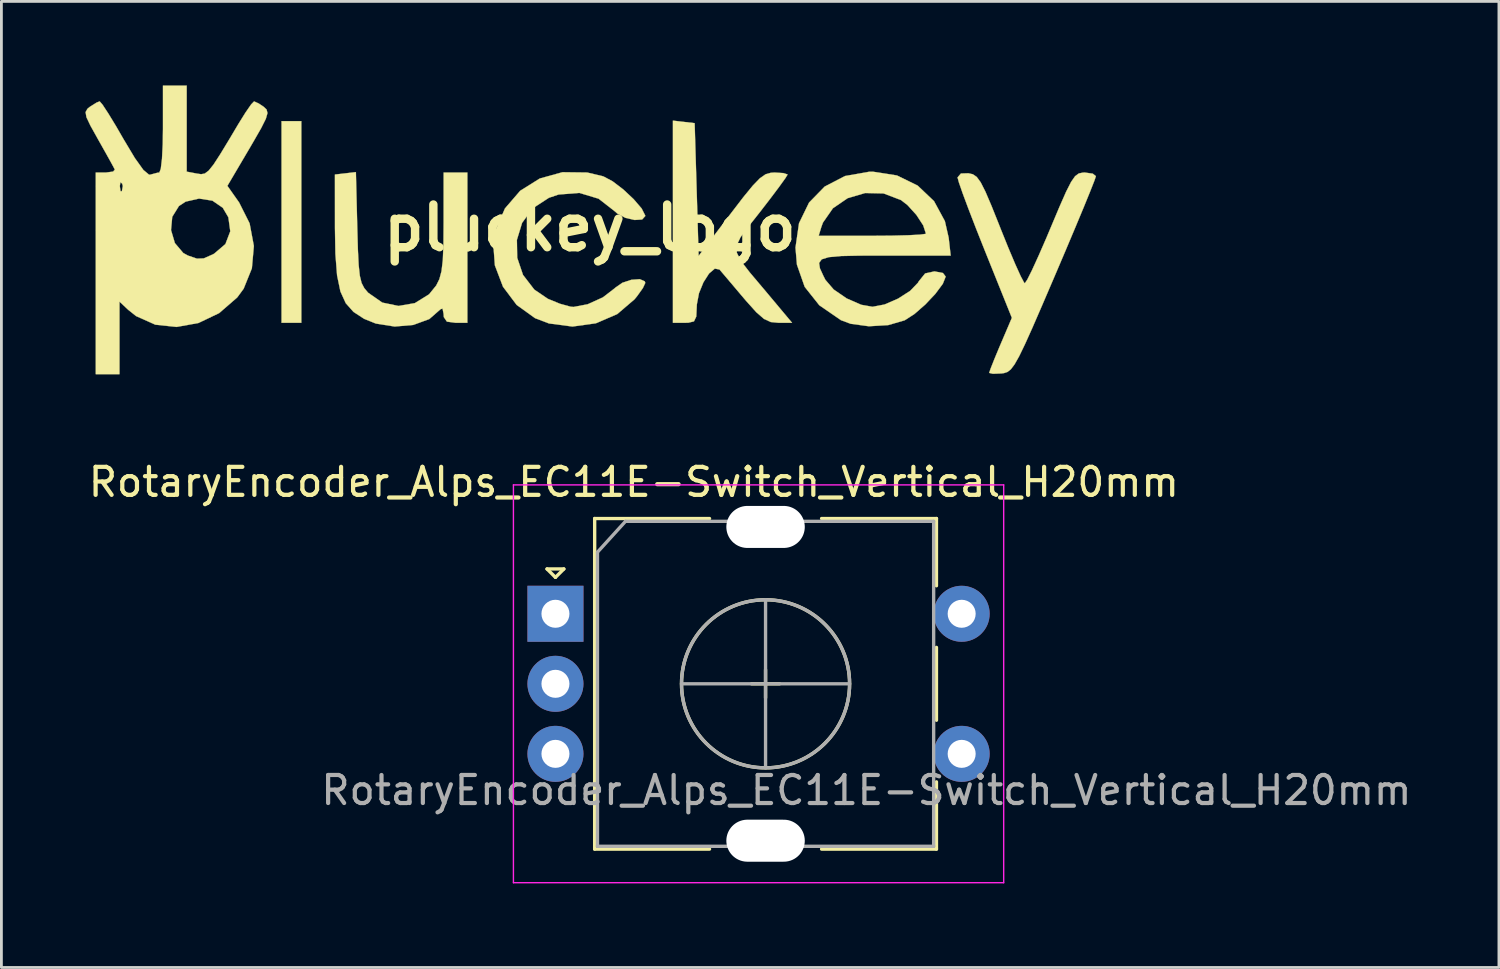
<source format=kicad_pcb>
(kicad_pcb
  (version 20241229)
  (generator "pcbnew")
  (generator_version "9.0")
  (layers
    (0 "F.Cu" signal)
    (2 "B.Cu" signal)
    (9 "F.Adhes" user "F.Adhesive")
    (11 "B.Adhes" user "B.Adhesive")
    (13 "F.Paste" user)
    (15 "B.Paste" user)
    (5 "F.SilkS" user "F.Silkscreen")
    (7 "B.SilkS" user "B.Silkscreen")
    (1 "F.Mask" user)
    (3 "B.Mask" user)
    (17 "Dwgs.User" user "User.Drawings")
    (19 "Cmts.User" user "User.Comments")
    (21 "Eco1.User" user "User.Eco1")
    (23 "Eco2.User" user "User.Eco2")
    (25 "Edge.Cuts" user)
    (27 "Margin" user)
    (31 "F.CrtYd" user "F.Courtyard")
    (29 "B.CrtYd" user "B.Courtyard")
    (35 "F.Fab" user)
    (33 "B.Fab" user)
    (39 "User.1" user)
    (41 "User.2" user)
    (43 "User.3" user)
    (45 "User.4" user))
  (footprint "RotaryEncoder_Alps_EC11E-Switch_Vertical_H20mm"
    (layer "F.Cu")
    (at 24.277 21.359)
    (property "Reference" "RotaryEncoder_Alps_EC11E-Switch_Vertical_H20mm" (at -4.7 -7.2 0) (layer "F.SilkS") (effects (font (size 1 1) (thickness 0.15))))
    (attr through_hole)
    (fp_line (start -7.8 -4.1) (end -7.2 -4.1) (stroke (width 0.12) (type solid)) (layer "F.SilkS"))
    (fp_line (start -7.5 -3.8) (end -7.8 -4.1) (stroke (width 0.12) (type solid)) (layer "F.SilkS"))
    (fp_line (start -7.2 -4.1) (end -7.5 -3.8) (stroke (width 0.12) (type solid)) (layer "F.SilkS"))
    (fp_line (start -6.1 -5.9) (end -6.1 5.9) (stroke (width 0.12) (type solid)) (layer "F.SilkS"))
    (fp_line (start -2 -5.9) (end -6.1 -5.9) (stroke (width 0.12) (type solid)) (layer "F.SilkS"))
    (fp_line (start -2 5.9) (end -6.1 5.9) (stroke (width 0.12) (type solid)) (layer "F.SilkS"))
    (fp_line (start -0.5 0) (end 0.5 0) (stroke (width 0.12) (type solid)) (layer "F.SilkS"))
    (fp_line (start 0 -0.5) (end 0 0.5) (stroke (width 0.12) (type solid)) (layer "F.SilkS"))
    (fp_line (start 2 -5.9) (end 6.1 -5.9) (stroke (width 0.12) (type solid)) (layer "F.SilkS"))
    (fp_line (start 6.1 -5.9) (end 6.1 -3.5) (stroke (width 0.12) (type solid)) (layer "F.SilkS"))
    (fp_line (start 6.1 -1.3) (end 6.1 1.3) (stroke (width 0.12) (type solid)) (layer "F.SilkS"))
    (fp_line (start 6.1 3.5) (end 6.1 5.9) (stroke (width 0.12) (type solid)) (layer "F.SilkS"))
    (fp_line (start 6.1 5.9) (end 2 5.9) (stroke (width 0.12) (type solid)) (layer "F.SilkS"))
    (fp_circle (center 0 0) (end 3 0) (stroke (width 0.12) (type solid)) (fill no) (layer "F.SilkS"))
    (fp_line (start -9 -7.1) (end -9 7.1) (stroke (width 0.05) (type solid)) (layer "F.CrtYd"))
    (fp_line (start -9 -7.1) (end 8.5 -7.1) (stroke (width 0.05) (type solid)) (layer "F.CrtYd"))
    (fp_line (start 8.5 7.1) (end -9 7.1) (stroke (width 0.05) (type solid)) (layer "F.CrtYd"))
    (fp_line (start 8.5 7.1) (end 8.5 -7.1) (stroke (width 0.05) (type solid)) (layer "F.CrtYd"))
    (fp_line (start -6 -4.7) (end -5 -5.8) (stroke (width 0.12) (type solid)) (layer "F.Fab"))
    (fp_line (start -6 5.8) (end -6 -4.7) (stroke (width 0.12) (type solid)) (layer "F.Fab"))
    (fp_line (start -5 -5.8) (end 6 -5.8) (stroke (width 0.12) (type solid)) (layer "F.Fab"))
    (fp_line (start -3 0) (end 3 0) (stroke (width 0.12) (type solid)) (layer "F.Fab"))
    (fp_line (start 0 -3) (end 0 3) (stroke (width 0.12) (type solid)) (layer "F.Fab"))
    (fp_line (start 6 -5.8) (end 6 5.8) (stroke (width 0.12) (type solid)) (layer "F.Fab"))
    (fp_line (start 6 5.8) (end -6 5.8) (stroke (width 0.12) (type solid)) (layer "F.Fab"))
    (fp_circle (center 0 0) (end 3 0) (stroke (width 0.12) (type solid)) (fill no) (layer "F.Fab"))
    (fp_text user "${REFERENCE}" (at 3.6 3.8 0) (layer "F.Fab") (effects (font (size 1 1) (thickness 0.15))))
    (pad "" np_thru_hole oval (at 0 -5.6) (size 2.8 1.5) (drill oval 2.8 1.5) (layers "*.Cu" "*.Mask"))
    (pad "" np_thru_hole oval (at 0 5.6) (size 2.8 1.5) (drill oval 2.8 1.5) (layers "*.Cu" "*.Mask"))
    (pad "A" thru_hole rect (at -7.5 -2.5) (size 2 2) (drill 1) (layers "*.Cu" "*.Mask"))
    (pad "B" thru_hole circle (at -7.5 2.5) (size 2 2) (drill 1) (layers "*.Cu" "*.Mask"))
    (pad "C" thru_hole circle (at -7.5 0) (size 2 2) (drill 1) (layers "*.Cu" "*.Mask"))
    (pad "S1" thru_hole circle (at 7 2.5) (size 2 2) (drill 1) (layers "*.Cu" "*.Mask"))
    (pad "S2" thru_hole circle (at 7 -2.5) (size 2 2) (drill 1) (layers "*.Cu" "*.Mask")))
  (footprint "pluckey_logo"
    (layer "F.Cu")
    (at 18.007 5.085)
    (property "Reference" "pluckey_logo" (at 0 0 0) (layer "F.SilkS") (effects (font (size 1.524 1.524) (thickness 0.3))))
    (attr through_hole)
    (fp_poly (pts (xy -10.301 3.387) (xy -11.007 3.387) (xy -11.007 -3.81) (xy -10.301 -3.81) (xy -10.301 3.387)) (stroke (width 0.01) (type solid)) (fill yes) (layer "F.SilkS"))
    (fp_poly (pts (xy -8.304 -0.019) (xy -8.282 0.77) (xy -8.254 1.328) (xy -8.213 1.709) (xy -8.15 1.965) (xy -8.056 2.147) (xy -7.922 2.307) (xy -7.915 2.315) (xy -7.411 2.666) (xy -6.831 2.786) (xy -6.249 2.685) (xy -5.741 2.37) (xy -5.487 2.057) (xy -5.373 1.828) (xy -5.297 1.543) (xy -5.25 1.145) (xy -5.228 0.577) (xy -5.222 -0.176) (xy -5.221 -1.976) (xy -4.374 -1.976) (xy -4.374 3.387) (xy -4.798 3.387) (xy -5.104 3.346) (xy -5.215 3.183) (xy -5.223 3.069) (xy -5.26 2.88) (xy -5.329 2.901) (xy -5.733 3.254) (xy -6.306 3.464) (xy -6.969 3.521) (xy -7.642 3.414) (xy -8.059 3.246) (xy -8.438 2.999) (xy -8.715 2.688) (xy -8.906 2.268) (xy -9.025 1.696) (xy -9.085 0.927) (xy -9.101 0) (xy -9.102 -1.905) (xy -8.727 -1.948) (xy -8.353 -1.992) (xy -8.304 -0.019)) (stroke (width 0.01) (type solid)) (fill yes) (layer "F.SilkS"))
    (fp_poly (pts (xy 3.351 -3.784) (xy 3.739 -3.739) (xy 3.81 -1.37) (xy 3.881 0.999) (xy 5.009 -0.488) (xy 5.477 -1.098) (xy 5.818 -1.514) (xy 6.07 -1.774) (xy 6.271 -1.914) (xy 6.461 -1.968) (xy 6.597 -1.976) (xy 6.909 -1.956) (xy 7.054 -1.908) (xy 7.056 -1.903) (xy 6.974 -1.77) (xy 6.752 -1.462) (xy 6.424 -1.026) (xy 6.058 -0.552) (xy 5.652 -0.039) (xy 5.377 0.332) (xy 5.24 0.621) (xy 5.245 0.887) (xy 5.397 1.189) (xy 5.704 1.586) (xy 6.168 2.136) (xy 6.324 2.321) (xy 7.216 3.387) (xy 6.727 3.387) (xy 6.456 3.36) (xy 6.214 3.249) (xy 5.94 3.011) (xy 5.57 2.599) (xy 5.49 2.505) (xy 5.128 2.077) (xy 4.83 1.725) (xy 4.648 1.511) (xy 4.625 1.485) (xy 4.459 1.453) (xy 4.254 1.627) (xy 4.052 1.942) (xy 3.893 2.332) (xy 3.817 2.734) (xy 3.815 2.787) (xy 3.797 3.163) (xy 3.715 3.336) (xy 3.513 3.385) (xy 3.387 3.387) (xy 2.963 3.387) (xy 2.963 -3.829) (xy 3.351 -3.784)) (stroke (width 0.01) (type solid)) (fill yes) (layer "F.SilkS"))
    (fp_poly (pts (xy -0.097 -1.977) (xy 0.477 -1.84) (xy 0.806 -1.666) (xy 1.191 -1.373) (xy 1.561 -1.026) (xy 1.846 -0.694) (xy 1.974 -0.443) (xy 1.976 -0.423) (xy 1.864 -0.3) (xy 1.596 -0.283) (xy 1.267 -0.359) (xy 0.976 -0.513) (xy 0.904 -0.579) (xy 0.311 -1.042) (xy -0.377 -1.249) (xy -1.12 -1.191) (xy -1.463 -1.075) (xy -2.039 -0.701) (xy -2.42 -0.181) (xy -2.606 0.428) (xy -2.595 1.067) (xy -2.388 1.678) (xy -1.984 2.203) (xy -1.499 2.532) (xy -1.069 2.708) (xy -0.692 2.812) (xy -0.586 2.822) (xy -0.078 2.725) (xy 0.464 2.479) (xy 0.89 2.151) (xy 0.904 2.136) (xy 1.157 1.959) (xy 1.482 1.852) (xy 1.782 1.83) (xy 1.96 1.909) (xy 1.976 1.965) (xy 1.892 2.146) (xy 1.682 2.44) (xy 1.593 2.549) (xy 0.975 3.077) (xy 0.213 3.405) (xy -0.622 3.521) (xy -1.461 3.411) (xy -1.958 3.222) (xy -2.615 2.749) (xy -3.103 2.099) (xy -3.392 1.338) (xy -3.452 0.534) (xy -3.38 0.108) (xy -3.033 -0.694) (xy -2.489 -1.325) (xy -1.79 -1.763) (xy -0.979 -1.988) (xy -0.097 -1.977)) (stroke (width 0.01) (type solid)) (fill yes) (layer "F.SilkS"))
    (fp_poly (pts (xy 17.951 -1.936) (xy 18.062 -1.847) (xy 18.009 -1.688) (xy 17.858 -1.305) (xy 17.625 -0.733) (xy 17.323 -0.009) (xy 16.968 0.833) (xy 16.592 1.716) (xy 16.149 2.748) (xy 15.801 3.55) (xy 15.53 4.152) (xy 15.322 4.582) (xy 15.159 4.87) (xy 15.026 5.047) (xy 14.907 5.141) (xy 14.785 5.182) (xy 14.687 5.195) (xy 14.386 5.207) (xy 14.253 5.176) (xy 14.252 5.173) (xy 14.304 5.021) (xy 14.439 4.68) (xy 14.631 4.219) (xy 14.657 4.159) (xy 15.062 3.21) (xy 14.093 0.801) (xy 13.784 0.023) (xy 13.516 -0.671) (xy 13.305 -1.237) (xy 13.169 -1.63) (xy 13.123 -1.802) (xy 13.244 -1.942) (xy 13.511 -1.95) (xy 13.67 -1.914) (xy 13.808 -1.819) (xy 13.95 -1.626) (xy 14.118 -1.294) (xy 14.337 -0.782) (xy 14.63 -0.05) (xy 14.663 0.035) (xy 14.938 0.716) (xy 15.182 1.293) (xy 15.375 1.719) (xy 15.497 1.949) (xy 15.524 1.976) (xy 15.609 1.852) (xy 15.779 1.513) (xy 16.013 1.001) (xy 16.291 0.364) (xy 16.444 0) (xy 16.763 -0.757) (xy 16.999 -1.292) (xy 17.177 -1.642) (xy 17.32 -1.847) (xy 17.453 -1.944) (xy 17.6 -1.974) (xy 17.665 -1.976) (xy 17.951 -1.936)) (stroke (width 0.01) (type solid)) (fill yes) (layer "F.SilkS"))
    (fp_poly (pts (xy 10.96 -1.872) (xy 11.7 -1.51) (xy 12.284 -0.955) (xy 12.671 -0.241) (xy 12.806 0.35) (xy 12.878 0.988) (xy 10.531 0.988) (xy 9.623 0.99) (xy 8.965 1.004) (xy 8.527 1.044) (xy 8.276 1.121) (xy 8.181 1.25) (xy 8.21 1.442) (xy 8.333 1.711) (xy 8.405 1.853) (xy 8.702 2.199) (xy 9.166 2.518) (xy 9.684 2.744) (xy 10.089 2.816) (xy 10.517 2.734) (xy 10.999 2.525) (xy 11.432 2.247) (xy 11.711 1.957) (xy 11.735 1.912) (xy 11.966 1.625) (xy 12.299 1.552) (xy 12.602 1.61) (xy 12.7 1.738) (xy 12.598 1.995) (xy 12.334 2.35) (xy 11.975 2.732) (xy 11.587 3.071) (xy 11.237 3.298) (xy 10.646 3.47) (xy 9.959 3.511) (xy 9.308 3.423) (xy 8.961 3.294) (xy 8.188 2.761) (xy 7.667 2.105) (xy 7.39 1.313) (xy 7.338 0.703) (xy 7.399 0.282) (xy 8.165 0.282) (xy 10.08 0.282) (xy 10.778 0.277) (xy 11.362 0.262) (xy 11.781 0.24) (xy 11.984 0.213) (xy 11.994 0.205) (xy 11.897 -0.092) (xy 11.653 -0.465) (xy 11.337 -0.813) (xy 11.106 -0.993) (xy 10.483 -1.23) (xy 9.825 -1.245) (xy 9.2 -1.061) (xy 8.675 -0.702) (xy 8.318 -0.189) (xy 8.262 -0.035) (xy 8.165 0.282) (xy 7.399 0.282) (xy 7.464 -0.166) (xy 7.822 -0.903) (xy 8.38 -1.475) (xy 9.106 -1.852) (xy 9.969 -2.004) (xy 10.102 -2.006) (xy 10.96 -1.872)) (stroke (width 0.01) (type solid)) (fill yes) (layer "F.SilkS"))
    (fp_poly (pts (xy -14.393 -2.008) (xy -14.031 -1.939) (xy -13.878 -1.917) (xy -13.748 -1.94) (xy -13.61 -2.043) (xy -13.436 -2.26) (xy -13.198 -2.626) (xy -12.865 -3.175) (xy -12.551 -3.704) (xy -12.296 -4.114) (xy -12.094 -4.406) (xy -11.988 -4.516) (xy -11.823 -4.442) (xy -11.647 -4.325) (xy -11.542 -4.227) (xy -11.509 -4.1) (xy -11.567 -3.896) (xy -11.732 -3.566) (xy -12.021 -3.062) (xy -12.164 -2.818) (xy -12.94 -1.501) (xy -12.522 -0.908) (xy -12.147 -0.162) (xy -11.995 0.645) (xy -12.066 1.444) (xy -12.359 2.169) (xy -12.588 2.481) (xy -13.235 3.042) (xy -13.975 3.395) (xy -14.753 3.535) (xy -15.513 3.455) (xy -16.199 3.148) (xy -16.475 2.929) (xy -16.792 2.632) (xy -16.792 5.221) (xy -17.639 5.221) (xy -17.639 0.078) (xy -14.952 0.078) (xy -14.815 0.541) (xy -14.516 0.895) (xy -14.349 0.987) (xy -14.027 1.097) (xy -13.784 1.088) (xy -13.468 0.949) (xy -13.416 0.922) (xy -13.011 0.577) (xy -12.837 0.121) (xy -12.906 -0.38) (xy -13.105 -0.718) (xy -13.474 -0.972) (xy -13.953 -1.047) (xy -14.429 -0.938) (xy -14.669 -0.782) (xy -14.909 -0.395) (xy -14.952 0.078) (xy -17.639 0.078) (xy -17.639 -1.493) (xy -16.781 -1.493) (xy -16.755 -1.31) (xy -16.707 -1.308) (xy -16.673 -1.497) (xy -16.696 -1.579) (xy -16.758 -1.632) (xy -16.781 -1.493) (xy -17.639 -1.493) (xy -17.639 -1.976) (xy -17.274 -1.976) (xy -17.021 -2.01) (xy -16.957 -2.081) (xy -17.045 -2.247) (xy -17.235 -2.59) (xy -17.491 -3.045) (xy -17.556 -3.16) (xy -17.828 -3.648) (xy -17.972 -3.952) (xy -18.002 -4.134) (xy -17.935 -4.253) (xy -17.847 -4.324) (xy -17.607 -4.475) (xy -17.498 -4.516) (xy -17.398 -4.4) (xy -17.193 -4.088) (xy -16.914 -3.63) (xy -16.649 -3.171) (xy -16.242 -2.491) (xy -15.939 -2.068) (xy -15.739 -1.901) (xy -15.693 -1.901) (xy -15.432 -1.97) (xy -15.37 -1.976) (xy -15.318 -2.107) (xy -15.275 -2.464) (xy -15.248 -2.989) (xy -15.24 -3.528) (xy -15.24 -5.08) (xy -14.393 -5.08) (xy -14.393 -2.008)) (stroke (width 0.01) (type solid)) (fill yes) (layer "F.SilkS")))
  (gr_rect
    (start -3 -3)
    (end 50.455 31.484)
    (stroke (width 0.1) (type default))
    (fill no)
    (layer "Edge.Cuts")))
</source>
